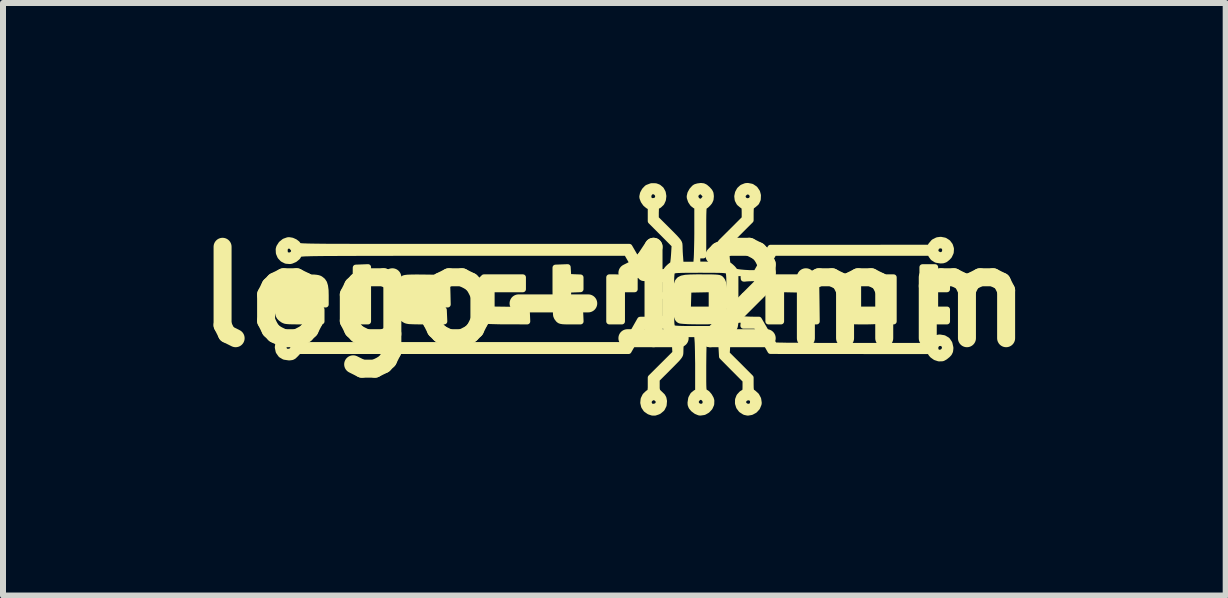
<source format=kicad_pcb>
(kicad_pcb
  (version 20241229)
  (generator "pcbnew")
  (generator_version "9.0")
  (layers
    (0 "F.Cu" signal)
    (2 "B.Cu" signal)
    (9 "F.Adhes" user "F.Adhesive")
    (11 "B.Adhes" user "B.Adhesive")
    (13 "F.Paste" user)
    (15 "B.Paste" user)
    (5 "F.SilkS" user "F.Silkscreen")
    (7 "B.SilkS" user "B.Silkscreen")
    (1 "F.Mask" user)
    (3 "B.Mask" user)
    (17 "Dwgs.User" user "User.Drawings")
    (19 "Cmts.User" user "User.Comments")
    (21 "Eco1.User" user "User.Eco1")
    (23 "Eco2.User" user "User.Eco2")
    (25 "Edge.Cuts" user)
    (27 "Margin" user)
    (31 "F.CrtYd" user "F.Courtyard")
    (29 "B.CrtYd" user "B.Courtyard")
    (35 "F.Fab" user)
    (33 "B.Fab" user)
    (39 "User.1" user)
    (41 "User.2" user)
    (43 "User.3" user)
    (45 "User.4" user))
  (footprint "logo-12mm"
    (layer "F.Cu")
    (at 7.192 1.899)
    (property "Reference" "logo-12mm" (at 0 0 0) (layer "F.SilkS") (effects (font (size 1.524 1.524) (thickness 0.3))))
    (attr through_hole)
    (fp_poly (pts (xy 0.706 0.078) (xy 0.699 0.085) (xy 0.691 0.078) (xy 0.699 0.071) (xy 0.706 0.078)) (stroke (width 0.1) (type solid)) (fill yes) (layer "F.SilkS"))
    (fp_poly (pts (xy -4.106 0.409) (xy -4.212 0.409) (xy -4.318 0.409) (xy -4.315 -0.039) (xy -4.311 -0.487) (xy -4.209 -0.491) (xy -4.106 -0.495) (xy -4.106 -0.043) (xy -4.106 0.409)) (stroke (width 0.1) (type solid)) (fill yes) (layer "F.SilkS"))
    (fp_poly (pts (xy 3.374 0.409) (xy 3.275 0.409) (xy 3.176 0.409) (xy 3.172 0.145) (xy 3.168 -0.12) (xy 2.974 -0.124) (xy 2.78 -0.128) (xy 2.78 0.141) (xy 2.78 0.409) (xy 2.674 0.409) (xy 2.568 0.409) (xy 2.568 0.042) (xy 2.568 -0.325) (xy 2.927 -0.325) (xy 3.286 -0.325) (xy 3.326 -0.291) (xy 3.365 -0.256) (xy 3.37 0.076) (xy 3.374 0.409)) (stroke (width 0.1) (type solid)) (fill yes) (layer "F.SilkS"))
    (fp_poly (pts (xy 0.339 -0.127) (xy 0.233 -0.127) (xy 0.127 -0.127) (xy 0.127 0.141) (xy 0.127 0.409) (xy 0.021 0.409) (xy -0.085 0.409) (xy -0.085 0.042) (xy -0.085 -0.325) (xy 0.021 -0.325) (xy 0.077 -0.323) (xy 0.114 -0.318) (xy 0.127 -0.31) (xy 0.127 -0.31) (xy 0.136 -0.303) (xy 0.154 -0.31) (xy 0.183 -0.318) (xy 0.229 -0.323) (xy 0.26 -0.325) (xy 0.339 -0.325) (xy 0.339 -0.226) (xy 0.339 -0.127)) (stroke (width 0.1) (type solid)) (fill yes) (layer "F.SilkS"))
    (fp_poly (pts (xy -1.452 0.409) (xy -1.788 0.408) (xy -1.883 0.408) (xy -1.97 0.406) (xy -2.044 0.404) (xy -2.101 0.402) (xy -2.136 0.399) (xy -2.145 0.398) (xy -2.197 0.365) (xy -2.236 0.324) (xy -2.241 0.315) (xy -2.248 0.286) (xy -2.253 0.231) (xy -2.256 0.148) (xy -2.258 0.041) (xy -2.258 0.021) (xy -2.258 -0.242) (xy -2.217 -0.283) (xy -2.175 -0.325) (xy -1.85 -0.325) (xy -1.524 -0.325) (xy -1.524 -0.226) (xy -1.524 -0.127) (xy -1.785 -0.127) (xy -2.046 -0.127) (xy -2.046 0.042) (xy -2.046 0.211) (xy -1.753 0.215) (xy -1.46 0.219) (xy -1.456 0.314) (xy -1.452 0.409)) (stroke (width 0.1) (type solid)) (fill yes) (layer "F.SilkS"))
    (fp_poly (pts (xy 5.546 0.409) (xy 5.387 0.409) (xy 5.32 0.407) (xy 5.263 0.404) (xy 5.22 0.398) (xy 5.202 0.393) (xy 5.184 0.38) (xy 5.169 0.362) (xy 5.158 0.336) (xy 5.15 0.3) (xy 5.144 0.249) (xy 5.14 0.181) (xy 5.138 0.093) (xy 5.137 -0.018) (xy 5.136 -0.105) (xy 5.136 -0.494) (xy 5.242 -0.494) (xy 5.348 -0.494) (xy 5.348 -0.409) (xy 5.348 -0.325) (xy 5.447 -0.325) (xy 5.546 -0.325) (xy 5.546 -0.226) (xy 5.546 -0.127) (xy 5.447 -0.127) (xy 5.348 -0.127) (xy 5.348 0.042) (xy 5.348 0.212) (xy 5.447 0.212) (xy 5.546 0.212) (xy 5.546 0.31) (xy 5.546 0.409)) (stroke (width 0.1) (type solid)) (fill yes) (layer "F.SilkS"))
    (fp_poly (pts (xy -0.563 0.409) (xy -0.73 0.409) (xy -0.803 0.409) (xy -0.854 0.407) (xy -0.887 0.402) (xy -0.909 0.395) (xy -0.926 0.383) (xy -0.929 0.381) (xy -0.956 0.346) (xy -0.97 0.314) (xy -0.973 0.29) (xy -0.975 0.241) (xy -0.978 0.173) (xy -0.979 0.09) (xy -0.98 -0.006) (xy -0.981 -0.106) (xy -0.981 -0.487) (xy -0.879 -0.491) (xy -0.778 -0.495) (xy -0.773 -0.413) (xy -0.769 -0.332) (xy -0.667 -0.327) (xy -0.564 -0.323) (xy -0.564 -0.226) (xy -0.564 -0.128) (xy -0.667 -0.124) (xy -0.769 -0.12) (xy -0.773 0.045) (xy -0.777 0.21) (xy -0.674 0.215) (xy -0.572 0.219) (xy -0.567 0.314) (xy -0.563 0.409)) (stroke (width 0.1) (type solid)) (fill yes) (layer "F.SilkS"))
    (fp_poly (pts (xy 4.657 0.409) (xy 4.552 0.409) (xy 4.488 0.407) (xy 4.451 0.4) (xy 4.441 0.392) (xy 4.431 0.381) (xy 4.416 0.392) (xy 4.398 0.399) (xy 4.36 0.404) (xy 4.301 0.407) (xy 4.216 0.409) (xy 4.166 0.409) (xy 4.081 0.409) (xy 4.019 0.408) (xy 3.976 0.406) (xy 3.947 0.402) (xy 3.928 0.396) (xy 3.915 0.386) (xy 3.903 0.374) (xy 3.887 0.355) (xy 3.875 0.333) (xy 3.866 0.306) (xy 3.86 0.268) (xy 3.856 0.217) (xy 3.854 0.148) (xy 3.853 0.058) (xy 3.852 -0.037) (xy 3.852 -0.325) (xy 3.958 -0.325) (xy 4.064 -0.325) (xy 4.064 -0.056) (xy 4.064 0.212) (xy 4.255 0.212) (xy 4.445 0.212) (xy 4.445 -0.056) (xy 4.445 -0.325) (xy 4.551 -0.325) (xy 4.657 -0.325) (xy 4.657 0.042) (xy 4.657 0.409)) (stroke (width 0.1) (type solid)) (fill yes) (layer "F.SilkS"))
    (fp_poly (pts (xy 1.833 -0.005) (xy 1.832 0.069) (xy 1.829 0.166) (xy 1.824 0.243) (xy 1.812 0.301) (xy 1.792 0.344) (xy 1.759 0.374) (xy 1.712 0.393) (xy 1.646 0.403) (xy 1.623 0.404) (xy 1.623 0.212) (xy 1.623 0.042) (xy 1.623 -0.128) (xy 1.429 -0.124) (xy 1.235 -0.12) (xy 1.23 0.046) (xy 1.225 0.212) (xy 1.424 0.212) (xy 1.623 0.212) (xy 1.623 0.404) (xy 1.56 0.408) (xy 1.449 0.408) (xy 1.402 0.408) (xy 1.308 0.407) (xy 1.225 0.405) (xy 1.159 0.401) (xy 1.113 0.397) (xy 1.092 0.393) (xy 1.071 0.38) (xy 1.056 0.36) (xy 1.045 0.331) (xy 1.037 0.287) (xy 1.033 0.227) (xy 1.031 0.145) (xy 1.03 0.055) (xy 1.03 -0.053) (xy 1.033 -0.138) (xy 1.041 -0.203) (xy 1.057 -0.251) (xy 1.085 -0.285) (xy 1.127 -0.306) (xy 1.187 -0.318) (xy 1.266 -0.323) (xy 1.369 -0.325) (xy 1.453 -0.325) (xy 1.552 -0.324) (xy 1.627 -0.324) (xy 1.682 -0.322) (xy 1.72 -0.319) (xy 1.746 -0.315) (xy 1.762 -0.309) (xy 1.774 -0.3) (xy 1.777 -0.297) (xy 1.799 -0.268) (xy 1.815 -0.228) (xy 1.826 -0.173) (xy 1.832 -0.1) (xy 1.833 -0.005)) (stroke (width 0.1) (type solid)) (fill yes) (layer "F.SilkS"))
    (fp_poly (pts (xy -2.778 0.127) (xy -2.992 0.127) (xy -2.992 -0.099) (xy -2.993 -0.11) (xy -3.001 -0.118) (xy -3.018 -0.123) (xy -3.051 -0.126) (xy -3.103 -0.127) (xy -3.178 -0.127) (xy -3.182 -0.127) (xy -3.259 -0.127) (xy -3.311 -0.126) (xy -3.345 -0.123) (xy -3.363 -0.118) (xy -3.371 -0.111) (xy -3.373 -0.099) (xy -3.373 -0.099) (xy -3.371 -0.087) (xy -3.364 -0.08) (xy -3.346 -0.075) (xy -3.313 -0.072) (xy -3.261 -0.071) (xy -3.186 -0.071) (xy -3.182 -0.071) (xy -3.106 -0.071) (xy -3.053 -0.072) (xy -3.019 -0.075) (xy -3.001 -0.079) (xy -2.993 -0.087) (xy -2.992 -0.098) (xy -2.992 -0.099) (xy -2.992 0.127) (xy -3.075 0.127) (xy -3.373 0.127) (xy -3.373 0.169) (xy -3.373 0.211) (xy -3.108 0.215) (xy -2.843 0.219) (xy -2.839 0.314) (xy -2.835 0.409) (xy -3.143 0.409) (xy -3.245 0.409) (xy -3.323 0.408) (xy -3.38 0.406) (xy -3.422 0.404) (xy -3.452 0.399) (xy -3.473 0.393) (xy -3.491 0.384) (xy -3.495 0.382) (xy -3.526 0.361) (xy -3.548 0.337) (xy -3.564 0.306) (xy -3.575 0.264) (xy -3.581 0.206) (xy -3.584 0.128) (xy -3.584 0.035) (xy -3.583 -0.069) (xy -3.58 -0.149) (xy -3.572 -0.208) (xy -3.561 -0.251) (xy -3.545 -0.281) (xy -3.522 -0.301) (xy -3.509 -0.309) (xy -3.486 -0.315) (xy -3.445 -0.32) (xy -3.381 -0.322) (xy -3.295 -0.323) (xy -3.182 -0.322) (xy -3.178 -0.322) (xy -2.879 -0.318) (xy -2.833 -0.271) (xy -2.787 -0.225) (xy -2.782 -0.049) (xy -2.778 0.127)) (stroke (width 0.1) (type solid)) (fill yes) (layer "F.SilkS"))
    (fp_poly (pts (xy -4.812 0.127) (xy -5.024 0.127) (xy -5.024 -0.099) (xy -5.025 -0.11) (xy -5.033 -0.118) (xy -5.05 -0.123) (xy -5.083 -0.126) (xy -5.135 -0.127) (xy -5.21 -0.127) (xy -5.214 -0.127) (xy -5.291 -0.127) (xy -5.343 -0.126) (xy -5.377 -0.123) (xy -5.395 -0.118) (xy -5.403 -0.111) (xy -5.405 -0.099) (xy -5.405 -0.099) (xy -5.403 -0.087) (xy -5.396 -0.08) (xy -5.378 -0.075) (xy -5.345 -0.072) (xy -5.293 -0.071) (xy -5.218 -0.071) (xy -5.214 -0.071) (xy -5.138 -0.071) (xy -5.085 -0.072) (xy -5.051 -0.075) (xy -5.033 -0.079) (xy -5.025 -0.087) (xy -5.024 -0.098) (xy -5.024 -0.099) (xy -5.024 0.127) (xy -5.108 0.127) (xy -5.405 0.127) (xy -5.405 0.169) (xy -5.405 0.212) (xy -5.144 0.212) (xy -4.882 0.212) (xy -4.882 0.31) (xy -4.882 0.409) (xy -5.184 0.409) (xy -5.284 0.409) (xy -5.36 0.408) (xy -5.415 0.407) (xy -5.455 0.404) (xy -5.484 0.4) (xy -5.504 0.393) (xy -5.521 0.385) (xy -5.533 0.377) (xy -5.561 0.356) (xy -5.582 0.334) (xy -5.597 0.307) (xy -5.607 0.27) (xy -5.612 0.218) (xy -5.615 0.148) (xy -5.616 0.055) (xy -5.616 0.031) (xy -5.615 -0.072) (xy -5.612 -0.151) (xy -5.606 -0.209) (xy -5.596 -0.251) (xy -5.582 -0.28) (xy -5.562 -0.3) (xy -5.546 -0.31) (xy -5.523 -0.315) (xy -5.475 -0.319) (xy -5.406 -0.322) (xy -5.32 -0.324) (xy -5.233 -0.325) (xy -5.134 -0.324) (xy -5.06 -0.323) (xy -5.006 -0.322) (xy -4.967 -0.318) (xy -4.939 -0.313) (xy -4.918 -0.306) (xy -4.9 -0.297) (xy -4.899 -0.296) (xy -4.864 -0.268) (xy -4.839 -0.231) (xy -4.823 -0.179) (xy -4.814 -0.11) (xy -4.812 -0.022) (xy -4.812 0.127)) (stroke (width 0.1) (type solid)) (fill yes) (layer "F.SilkS"))
    (fp_poly (pts (xy 5.612 -0.801) (xy 5.608 -0.741) (xy 5.581 -0.683) (xy 5.553 -0.653) (xy 5.516 -0.623) (xy 5.516 -0.794) (xy 5.5 -0.833) (xy 5.495 -0.839) (xy 5.458 -0.858) (xy 5.415 -0.858) (xy 5.378 -0.839) (xy 5.37 -0.829) (xy 5.35 -0.785) (xy 5.357 -0.744) (xy 5.376 -0.72) (xy 5.418 -0.695) (xy 5.461 -0.697) (xy 5.492 -0.715) (xy 5.513 -0.75) (xy 5.516 -0.794) (xy 5.516 -0.623) (xy 5.515 -0.622) (xy 5.477 -0.609) (xy 5.44 -0.607) (xy 5.368 -0.618) (xy 5.314 -0.652) (xy 5.284 -0.694) (xy 5.263 -0.734) (xy 3.961 -0.734) (xy 2.66 -0.734) (xy 2.54 -0.523) (xy 2.42 -0.311) (xy 2.305 -0.311) (xy 2.249 -0.31) (xy 2.202 -0.307) (xy 2.173 -0.304) (xy 2.17 -0.303) (xy 2.157 -0.304) (xy 2.155 -0.326) (xy 2.156 -0.345) (xy 2.162 -0.395) (xy 2.09 -0.395) (xy 2.018 -0.395) (xy 2.018 -0.155) (xy 2.018 0.085) (xy 2.088 0.085) (xy 2.157 0.085) (xy 2.163 0.032) (xy 2.169 -0.021) (xy 2.168 0.035) (xy 2.166 0.092) (xy 2.092 0.096) (xy 2.018 0.1) (xy 2.018 0.232) (xy 2.018 0.363) (xy 2.126 0.372) (xy 2.194 0.377) (xy 2.267 0.38) (xy 2.322 0.381) (xy 2.41 0.381) (xy 2.532 0.591) (xy 2.573 0.661) (xy 2.611 0.722) (xy 2.642 0.77) (xy 2.665 0.8) (xy 2.675 0.81) (xy 2.692 0.811) (xy 2.736 0.812) (xy 2.803 0.813) (xy 2.893 0.815) (xy 3.002 0.815) (xy 3.13 0.816) (xy 3.274 0.817) (xy 3.432 0.818) (xy 3.601 0.818) (xy 3.781 0.818) (xy 3.968 0.818) (xy 3.973 0.818) (xy 5.249 0.818) (xy 5.27 0.777) (xy 5.313 0.721) (xy 5.368 0.687) (xy 5.421 0.677) (xy 5.494 0.689) (xy 5.55 0.722) (xy 5.586 0.776) (xy 5.602 0.847) (xy 5.602 0.861) (xy 5.597 0.905) (xy 5.58 0.94) (xy 5.555 0.967) (xy 5.517 0.998) (xy 5.513 1.001) (xy 5.513 0.852) (xy 5.506 0.812) (xy 5.481 0.782) (xy 5.445 0.767) (xy 5.403 0.772) (xy 5.384 0.781) (xy 5.355 0.816) (xy 5.349 0.861) (xy 5.363 0.904) (xy 5.389 0.927) (xy 5.427 0.933) (xy 5.467 0.922) (xy 5.497 0.896) (xy 5.498 0.895) (xy 5.513 0.852) (xy 5.513 1.001) (xy 5.479 1.02) (xy 5.468 1.024) (xy 5.411 1.026) (xy 5.353 1.007) (xy 5.304 0.972) (xy 5.285 0.95) (xy 5.256 0.904) (xy 3.93 0.903) (xy 2.603 0.902) (xy 2.484 0.691) (xy 2.364 0.48) (xy 2.257 0.48) (xy 2.151 0.48) (xy 2.156 0.43) (xy 2.162 0.381) (xy 2.09 0.381) (xy 2.018 0.381) (xy 2.018 0.432) (xy 2.008 0.494) (xy 1.982 0.551) (xy 1.945 0.592) (xy 1.933 0.6) (xy 1.919 0.608) (xy 1.919 0.045) (xy 1.919 -0.081) (xy 1.918 -0.181) (xy 1.917 -0.259) (xy 1.916 -0.317) (xy 1.913 -0.36) (xy 1.91 -0.39) (xy 1.905 -0.409) (xy 1.899 -0.421) (xy 1.896 -0.426) (xy 1.888 -0.433) (xy 1.875 -0.439) (xy 1.863 -0.442) (xy 1.863 -0.613) (xy 1.863 -0.614) (xy 1.862 -0.658) (xy 1.857 -0.681) (xy 1.845 -0.69) (xy 1.821 -0.691) (xy 1.82 -0.691) (xy 1.796 -0.69) (xy 1.784 -0.682) (xy 1.779 -0.659) (xy 1.778 -0.615) (xy 1.778 -0.614) (xy 1.779 -0.569) (xy 1.783 -0.546) (xy 1.796 -0.538) (xy 1.82 -0.536) (xy 1.82 -0.536) (xy 1.845 -0.538) (xy 1.857 -0.546) (xy 1.862 -0.569) (xy 1.863 -0.613) (xy 1.863 -0.442) (xy 1.856 -0.443) (xy 1.827 -0.446) (xy 1.784 -0.449) (xy 1.726 -0.45) (xy 1.648 -0.451) (xy 1.547 -0.451) (xy 1.435 -0.452) (xy 1.31 -0.451) (xy 1.211 -0.451) (xy 1.134 -0.45) (xy 1.087 -0.448) (xy 1.087 -0.613) (xy 1.087 -0.614) (xy 1.086 -0.658) (xy 1.081 -0.681) (xy 1.069 -0.69) (xy 1.045 -0.691) (xy 1.044 -0.691) (xy 1.02 -0.69) (xy 1.007 -0.682) (xy 1.003 -0.659) (xy 1.002 -0.615) (xy 1.002 -0.614) (xy 1.003 -0.569) (xy 1.007 -0.546) (xy 1.02 -0.538) (xy 1.044 -0.536) (xy 1.044 -0.536) (xy 1.068 -0.538) (xy 1.081 -0.546) (xy 1.086 -0.569) (xy 1.087 -0.613) (xy 1.087 -0.448) (xy 1.077 -0.448) (xy 1.035 -0.446) (xy 1.006 -0.442) (xy 0.987 -0.437) (xy 0.975 -0.431) (xy 0.971 -0.428) (xy 0.964 -0.42) (xy 0.958 -0.408) (xy 0.954 -0.389) (xy 0.951 -0.36) (xy 0.948 -0.318) (xy 0.947 -0.259) (xy 0.946 -0.182) (xy 0.946 -0.082) (xy 0.945 0.04) (xy 0.946 0.165) (xy 0.946 0.265) (xy 0.947 0.343) (xy 0.949 0.402) (xy 0.951 0.445) (xy 0.955 0.474) (xy 0.959 0.494) (xy 0.965 0.506) (xy 0.969 0.51) (xy 0.977 0.518) (xy 0.989 0.523) (xy 1.008 0.528) (xy 1.038 0.531) (xy 1.08 0.533) (xy 1.139 0.535) (xy 1.217 0.536) (xy 1.317 0.536) (xy 1.43 0.536) (xy 1.554 0.536) (xy 1.653 0.536) (xy 1.73 0.535) (xy 1.788 0.533) (xy 1.83 0.53) (xy 1.859 0.527) (xy 1.878 0.522) (xy 1.89 0.516) (xy 1.893 0.513) (xy 1.901 0.505) (xy 1.906 0.493) (xy 1.911 0.473) (xy 1.914 0.444) (xy 1.916 0.402) (xy 1.918 0.344) (xy 1.919 0.267) (xy 1.919 0.167) (xy 1.919 0.045) (xy 1.919 0.608) (xy 1.916 0.61) (xy 1.905 0.622) (xy 1.897 0.642) (xy 1.892 0.675) (xy 1.887 0.728) (xy 1.883 0.784) (xy 1.877 0.891) (xy 1.877 0.691) (xy 1.876 0.65) (xy 1.87 0.629) (xy 1.855 0.622) (xy 1.834 0.621) (xy 1.809 0.622) (xy 1.797 0.632) (xy 1.793 0.657) (xy 1.792 0.691) (xy 1.793 0.733) (xy 1.799 0.754) (xy 1.814 0.761) (xy 1.834 0.762) (xy 1.86 0.76) (xy 1.872 0.751) (xy 1.876 0.726) (xy 1.877 0.691) (xy 1.877 0.891) (xy 1.873 0.949) (xy 2.073 1.148) (xy 2.272 1.348) (xy 2.272 1.461) (xy 2.273 1.517) (xy 2.276 1.552) (xy 2.284 1.574) (xy 2.299 1.589) (xy 2.318 1.602) (xy 2.367 1.646) (xy 2.398 1.704) (xy 2.407 1.766) (xy 2.405 1.785) (xy 2.381 1.844) (xy 2.339 1.89) (xy 2.313 1.904) (xy 2.313 1.737) (xy 2.3 1.701) (xy 2.292 1.693) (xy 2.252 1.674) (xy 2.209 1.677) (xy 2.172 1.697) (xy 2.149 1.732) (xy 2.145 1.755) (xy 2.157 1.794) (xy 2.187 1.821) (xy 2.227 1.834) (xy 2.268 1.828) (xy 2.292 1.812) (xy 2.31 1.778) (xy 2.313 1.737) (xy 2.313 1.904) (xy 2.284 1.92) (xy 2.224 1.93) (xy 2.173 1.919) (xy 2.117 1.883) (xy 2.079 1.833) (xy 2.061 1.775) (xy 2.062 1.715) (xy 2.083 1.66) (xy 2.124 1.615) (xy 2.147 1.601) (xy 2.168 1.588) (xy 2.181 1.571) (xy 2.186 1.544) (xy 2.187 1.499) (xy 2.187 1.485) (xy 2.187 1.39) (xy 1.991 1.193) (xy 1.795 0.995) (xy 1.787 0.854) (xy 1.783 0.788) (xy 1.78 0.728) (xy 1.778 0.682) (xy 1.778 0.667) (xy 1.778 0.621) (xy 1.639 0.621) (xy 1.5 0.621) (xy 1.491 0.737) (xy 1.488 0.784) (xy 1.486 0.854) (xy 1.484 0.941) (xy 1.483 1.04) (xy 1.482 1.145) (xy 1.482 1.216) (xy 1.482 1.327) (xy 1.482 1.412) (xy 1.483 1.476) (xy 1.485 1.522) (xy 1.488 1.552) (xy 1.492 1.571) (xy 1.498 1.581) (xy 1.506 1.586) (xy 1.509 1.587) (xy 1.546 1.61) (xy 1.581 1.651) (xy 1.608 1.699) (xy 1.617 1.729) (xy 1.615 1.789) (xy 1.59 1.845) (xy 1.548 1.89) (xy 1.522 1.905) (xy 1.522 1.775) (xy 1.521 1.734) (xy 1.501 1.696) (xy 1.482 1.682) (xy 1.482 0.691) (xy 1.481 0.65) (xy 1.475 0.629) (xy 1.46 0.622) (xy 1.439 0.621) (xy 1.414 0.622) (xy 1.402 0.632) (xy 1.397 0.657) (xy 1.397 0.691) (xy 1.398 0.733) (xy 1.404 0.754) (xy 1.418 0.761) (xy 1.439 0.762) (xy 1.464 0.76) (xy 1.477 0.751) (xy 1.481 0.726) (xy 1.482 0.691) (xy 1.482 1.682) (xy 1.467 1.671) (xy 1.436 1.665) (xy 1.403 1.677) (xy 1.373 1.706) (xy 1.356 1.741) (xy 1.355 1.752) (xy 1.367 1.793) (xy 1.397 1.821) (xy 1.437 1.834) (xy 1.478 1.828) (xy 1.502 1.812) (xy 1.522 1.775) (xy 1.522 1.905) (xy 1.495 1.92) (xy 1.434 1.929) (xy 1.415 1.927) (xy 1.366 1.907) (xy 1.319 1.872) (xy 1.317 1.87) (xy 1.286 1.833) (xy 1.272 1.797) (xy 1.27 1.765) (xy 1.281 1.693) (xy 1.312 1.636) (xy 1.355 1.601) (xy 1.397 1.58) (xy 1.397 1.217) (xy 1.397 1.111) (xy 1.395 1.007) (xy 1.394 0.912) (xy 1.392 0.83) (xy 1.39 0.767) (xy 1.388 0.737) (xy 1.379 0.621) (xy 1.249 0.621) (xy 1.119 0.621) (xy 1.11 0.737) (xy 1.105 0.802) (xy 1.102 0.864) (xy 1.101 0.913) (xy 1.101 0.917) (xy 1.1 0.94) (xy 1.097 0.959) (xy 1.088 0.979) (xy 1.071 1.003) (xy 1.044 1.035) (xy 1.003 1.077) (xy 0.947 1.134) (xy 0.903 1.178) (xy 0.706 1.375) (xy 0.706 1.473) (xy 0.706 1.524) (xy 0.711 1.557) (xy 0.723 1.582) (xy 0.747 1.606) (xy 0.763 1.621) (xy 0.8 1.657) (xy 0.819 1.691) (xy 0.827 1.734) (xy 0.828 1.736) (xy 0.822 1.805) (xy 0.793 1.863) (xy 0.743 1.905) (xy 0.743 1.905) (xy 0.743 1.755) (xy 0.737 1.729) (xy 0.728 1.715) (xy 0.693 1.68) (xy 0.651 1.671) (xy 0.614 1.685) (xy 0.579 1.72) (xy 0.57 1.762) (xy 0.585 1.801) (xy 0.607 1.825) (xy 0.637 1.833) (xy 0.66 1.832) (xy 0.7 1.823) (xy 0.724 1.801) (xy 0.731 1.788) (xy 0.743 1.755) (xy 0.743 1.905) (xy 0.727 1.913) (xy 0.676 1.93) (xy 0.632 1.929) (xy 0.582 1.912) (xy 0.53 1.876) (xy 0.496 1.825) (xy 0.482 1.766) (xy 0.488 1.706) (xy 0.515 1.65) (xy 0.561 1.606) (xy 0.566 1.603) (xy 0.586 1.59) (xy 0.598 1.575) (xy 0.604 1.551) (xy 0.607 1.511) (xy 0.607 1.463) (xy 0.607 1.347) (xy 0.812 1.143) (xy 1.018 0.938) (xy 1.013 0.85) (xy 1.009 0.762) (xy 1.055 0.762) (xy 1.082 0.761) (xy 1.095 0.752) (xy 1.1 0.729) (xy 1.101 0.691) (xy 1.101 0.621) (xy 1.041 0.623) (xy 0.969 0.614) (xy 0.911 0.584) (xy 0.871 0.534) (xy 0.87 0.531) (xy 0.847 0.483) (xy 0.847 0.483) (xy 0.847 0.424) (xy 0.847 0.423) (xy 0.845 0.399) (xy 0.837 0.387) (xy 0.814 0.382) (xy 0.77 0.381) (xy 0.769 0.381) (xy 0.725 0.382) (xy 0.702 0.386) (xy 0.693 0.399) (xy 0.691 0.423) (xy 0.691 0.423) (xy 0.693 0.448) (xy 0.701 0.46) (xy 0.724 0.465) (xy 0.768 0.466) (xy 0.769 0.466) (xy 0.813 0.465) (xy 0.837 0.46) (xy 0.845 0.448) (xy 0.847 0.424) (xy 0.847 0.483) (xy 0.675 0.473) (xy 0.613 0.468) (xy 0.566 0.466) (xy 0.531 0.468) (xy 0.502 0.478) (xy 0.477 0.499) (xy 0.451 0.533) (xy 0.42 0.582) (xy 0.381 0.651) (xy 0.347 0.711) (xy 0.237 0.903) (xy -2.513 0.903) (xy -5.263 0.903) (xy -5.312 0.956) (xy -5.345 0.988) (xy -5.351 0.992) (xy -5.351 0.857) (xy -5.353 0.814) (xy -5.376 0.776) (xy -5.415 0.752) (xy -5.454 0.751) (xy -5.487 0.769) (xy -5.509 0.801) (xy -5.516 0.843) (xy -5.503 0.89) (xy -5.503 0.89) (xy -5.478 0.911) (xy -5.439 0.917) (xy -5.398 0.909) (xy -5.374 0.894) (xy -5.351 0.857) (xy -5.351 0.992) (xy -5.374 1.004) (xy -5.412 1.009) (xy -5.429 1.009) (xy -5.502 0.998) (xy -5.557 0.966) (xy -5.595 0.912) (xy -5.597 0.907) (xy -5.611 0.841) (xy -5.601 0.778) (xy -5.569 0.725) (xy -5.52 0.686) (xy -5.459 0.667) (xy -5.387 0.671) (xy -5.329 0.697) (xy -5.287 0.745) (xy -5.281 0.756) (xy -5.258 0.804) (xy -2.534 0.804) (xy 0.191 0.804) (xy 0.31 0.593) (xy 0.43 0.382) (xy 0.522 0.381) (xy 0.583 0.38) (xy 0.657 0.377) (xy 0.728 0.372) (xy 0.73 0.372) (xy 0.847 0.363) (xy 0.847 0.175) (xy 0.847 -0.013) (xy 0.766 -0.018) (xy 0.684 -0.023) (xy 0.766 -0.026) (xy 0.847 -0.028) (xy 0.847 -0.161) (xy 0.847 -0.294) (xy 0.847 -0.353) (xy 0.845 -0.378) (xy 0.836 -0.39) (xy 0.811 -0.395) (xy 0.776 -0.395) (xy 0.734 -0.394) (xy 0.714 -0.388) (xy 0.706 -0.374) (xy 0.706 -0.353) (xy 0.707 -0.328) (xy 0.717 -0.315) (xy 0.741 -0.311) (xy 0.776 -0.31) (xy 0.818 -0.311) (xy 0.839 -0.317) (xy 0.846 -0.332) (xy 0.847 -0.353) (xy 0.847 -0.294) (xy 0.681 -0.303) (xy 0.612 -0.307) (xy 0.55 -0.31) (xy 0.503 -0.313) (xy 0.48 -0.315) (xy 0.465 -0.319) (xy 0.448 -0.332) (xy 0.427 -0.358) (xy 0.4 -0.399) (xy 0.364 -0.458) (xy 0.325 -0.526) (xy 0.205 -0.734) (xy -2.521 -0.734) (xy -2.847 -0.734) (xy -3.146 -0.734) (xy -3.419 -0.734) (xy -3.668 -0.734) (xy -3.893 -0.733) (xy -4.095 -0.733) (xy -4.277 -0.733) (xy -4.438 -0.732) (xy -4.581 -0.732) (xy -4.705 -0.731) (xy -4.814 -0.731) (xy -4.907 -0.73) (xy -4.986 -0.729) (xy -5.052 -0.728) (xy -5.106 -0.726) (xy -5.15 -0.725) (xy -5.184 -0.723) (xy -5.209 -0.721) (xy -5.228 -0.719) (xy -5.241 -0.717) (xy -5.249 -0.714) (xy -5.253 -0.712) (xy -5.255 -0.709) (xy -5.256 -0.708) (xy -5.282 -0.664) (xy -5.328 -0.626) (xy -5.337 -0.622) (xy -5.337 -0.758) (xy -5.345 -0.798) (xy -5.378 -0.836) (xy -5.381 -0.838) (xy -5.41 -0.857) (xy -5.431 -0.858) (xy -5.458 -0.846) (xy -5.484 -0.826) (xy -5.495 -0.797) (xy -5.496 -0.769) (xy -5.492 -0.729) (xy -5.477 -0.706) (xy -5.463 -0.697) (xy -5.416 -0.687) (xy -5.372 -0.704) (xy -5.355 -0.72) (xy -5.337 -0.758) (xy -5.337 -0.622) (xy -5.383 -0.602) (xy -5.407 -0.597) (xy -5.472 -0.602) (xy -5.528 -0.63) (xy -5.569 -0.674) (xy -5.593 -0.731) (xy -5.596 -0.794) (xy -5.587 -0.827) (xy -5.552 -0.882) (xy -5.501 -0.923) (xy -5.442 -0.944) (xy -5.422 -0.945) (xy -5.374 -0.937) (xy -5.325 -0.915) (xy -5.287 -0.886) (xy -5.27 -0.86) (xy -5.269 -0.857) (xy -5.266 -0.854) (xy -5.26 -0.851) (xy -5.251 -0.849) (xy -5.237 -0.846) (xy -5.217 -0.844) (xy -5.189 -0.842) (xy -5.153 -0.841) (xy -5.107 -0.839) (xy -5.05 -0.838) (xy -4.982 -0.837) (xy -4.9 -0.836) (xy -4.804 -0.835) (xy -4.692 -0.835) (xy -4.564 -0.834) (xy -4.418 -0.834) (xy -4.253 -0.833) (xy -4.068 -0.833) (xy -3.861 -0.833) (xy -3.632 -0.833) (xy -3.38 -0.833) (xy -3.102 -0.833) (xy -2.798 -0.833) (xy -2.505 -0.833) (xy 0.251 -0.833) (xy 0.374 -0.621) (xy 0.497 -0.409) (xy 0.679 -0.409) (xy 0.756 -0.41) (xy 0.808 -0.412) (xy 0.841 -0.416) (xy 0.857 -0.422) (xy 0.861 -0.429) (xy 0.871 -0.448) (xy 0.895 -0.477) (xy 0.926 -0.506) (xy 0.955 -0.529) (xy 0.972 -0.536) (xy 0.978 -0.549) (xy 0.984 -0.585) (xy 0.99 -0.638) (xy 0.995 -0.7) (xy 1.005 -0.864) (xy 0.806 -1.064) (xy 0.607 -1.263) (xy 0.607 -1.378) (xy 0.607 -1.493) (xy 0.56 -1.521) (xy 0.521 -1.554) (xy 0.488 -1.601) (xy 0.469 -1.65) (xy 0.466 -1.671) (xy 0.477 -1.722) (xy 0.505 -1.773) (xy 0.544 -1.814) (xy 0.553 -1.82) (xy 0.619 -1.845) (xy 0.688 -1.844) (xy 0.734 -1.827) (xy 0.779 -1.79) (xy 0.807 -1.738) (xy 0.817 -1.679) (xy 0.81 -1.62) (xy 0.786 -1.567) (xy 0.745 -1.528) (xy 0.731 -1.52) (xy 0.73 -1.52) (xy 0.73 -1.655) (xy 0.729 -1.698) (xy 0.706 -1.736) (xy 0.667 -1.76) (xy 0.628 -1.761) (xy 0.595 -1.743) (xy 0.573 -1.711) (xy 0.565 -1.669) (xy 0.579 -1.622) (xy 0.579 -1.622) (xy 0.604 -1.601) (xy 0.643 -1.595) (xy 0.684 -1.603) (xy 0.708 -1.618) (xy 0.73 -1.655) (xy 0.73 -1.52) (xy 0.71 -1.51) (xy 0.698 -1.495) (xy 0.693 -1.47) (xy 0.692 -1.426) (xy 0.691 -1.404) (xy 0.691 -1.305) (xy 0.889 -1.108) (xy 0.957 -1.04) (xy 1.007 -0.989) (xy 1.042 -0.95) (xy 1.065 -0.922) (xy 1.078 -0.9) (xy 1.085 -0.88) (xy 1.086 -0.861) (xy 1.087 -0.853) (xy 1.088 -0.812) (xy 1.09 -0.753) (xy 1.094 -0.687) (xy 1.096 -0.665) (xy 1.105 -0.536) (xy 1.235 -0.536) (xy 1.365 -0.536) (xy 1.374 -0.653) (xy 1.376 -0.699) (xy 1.378 -0.769) (xy 1.38 -0.856) (xy 1.382 -0.955) (xy 1.383 -1.06) (xy 1.383 -1.137) (xy 1.383 -1.505) (xy 1.348 -1.521) (xy 1.308 -1.552) (xy 1.276 -1.6) (xy 1.258 -1.653) (xy 1.256 -1.674) (xy 1.267 -1.723) (xy 1.296 -1.775) (xy 1.334 -1.817) (xy 1.355 -1.831) (xy 1.393 -1.842) (xy 1.439 -1.848) (xy 1.445 -1.848) (xy 1.482 -1.844) (xy 1.515 -1.828) (xy 1.553 -1.795) (xy 1.554 -1.794) (xy 1.587 -1.757) (xy 1.603 -1.727) (xy 1.608 -1.69) (xy 1.609 -1.674) (xy 1.604 -1.625) (xy 1.586 -1.586) (xy 1.565 -1.56) (xy 1.535 -1.53) (xy 1.524 -1.522) (xy 1.524 -1.672) (xy 1.514 -1.698) (xy 1.489 -1.729) (xy 1.46 -1.754) (xy 1.436 -1.764) (xy 1.403 -1.753) (xy 1.371 -1.728) (xy 1.352 -1.698) (xy 1.351 -1.697) (xy 1.352 -1.653) (xy 1.374 -1.614) (xy 1.4 -1.595) (xy 1.434 -1.584) (xy 1.456 -1.587) (xy 1.481 -1.607) (xy 1.489 -1.615) (xy 1.513 -1.645) (xy 1.524 -1.671) (xy 1.524 -1.672) (xy 1.524 -1.522) (xy 1.509 -1.512) (xy 1.501 -1.51) (xy 1.496 -1.506) (xy 1.491 -1.492) (xy 1.487 -1.466) (xy 1.485 -1.424) (xy 1.483 -1.364) (xy 1.482 -1.282) (xy 1.482 -1.178) (xy 1.482 -1.101) (xy 1.482 -0.691) (xy 1.432 -0.691) (xy 1.383 -0.691) (xy 1.383 -0.615) (xy 1.383 -0.538) (xy 1.571 -0.537) (xy 1.76 -0.536) (xy 1.769 -0.653) (xy 1.773 -0.718) (xy 1.776 -0.784) (xy 1.778 -0.835) (xy 1.778 -0.84) (xy 1.778 -0.911) (xy 1.976 -1.108) (xy 2.173 -1.305) (xy 2.173 -1.404) (xy 2.172 -1.456) (xy 2.168 -1.488) (xy 2.159 -1.507) (xy 2.141 -1.521) (xy 2.132 -1.526) (xy 2.083 -1.567) (xy 2.056 -1.619) (xy 2.049 -1.676) (xy 2.061 -1.733) (xy 2.089 -1.784) (xy 2.132 -1.823) (xy 2.189 -1.846) (xy 2.223 -1.849) (xy 2.289 -1.836) (xy 2.343 -1.8) (xy 2.38 -1.746) (xy 2.394 -1.693) (xy 2.391 -1.625) (xy 2.366 -1.572) (xy 2.318 -1.531) (xy 2.308 -1.524) (xy 2.308 -1.671) (xy 2.299 -1.71) (xy 2.274 -1.74) (xy 2.239 -1.757) (xy 2.198 -1.754) (xy 2.182 -1.745) (xy 2.146 -1.709) (xy 2.136 -1.668) (xy 2.151 -1.629) (xy 2.184 -1.601) (xy 2.227 -1.593) (xy 2.269 -1.605) (xy 2.295 -1.63) (xy 2.308 -1.671) (xy 2.308 -1.524) (xy 2.296 -1.516) (xy 2.282 -1.5) (xy 2.275 -1.477) (xy 2.273 -1.438) (xy 2.272 -1.39) (xy 2.272 -1.277) (xy 2.066 -1.071) (xy 1.86 -0.864) (xy 1.87 -0.7) (xy 1.875 -0.636) (xy 1.881 -0.584) (xy 1.887 -0.549) (xy 1.892 -0.536) (xy 1.912 -0.527) (xy 1.941 -0.504) (xy 1.972 -0.475) (xy 1.995 -0.448) (xy 2.004 -0.431) (xy 2.017 -0.422) (xy 2.053 -0.413) (xy 2.107 -0.406) (xy 2.173 -0.4) (xy 2.246 -0.396) (xy 2.3 -0.396) (xy 2.364 -0.396) (xy 2.484 -0.607) (xy 2.603 -0.818) (xy 3.93 -0.818) (xy 5.256 -0.819) (xy 5.28 -0.86) (xy 5.325 -0.913) (xy 5.386 -0.944) (xy 5.44 -0.951) (xy 5.507 -0.938) (xy 5.559 -0.905) (xy 5.595 -0.857) (xy 5.612 -0.801)) (stroke (width 0.1) (type solid)) (fill yes) (layer "F.SilkS")))
  (gr_rect
    (start -3 -3)
    (end 17.384 6.878)
    (stroke (width 0.1) (type default))
    (fill no)
    (layer "Edge.Cuts")))
</source>
